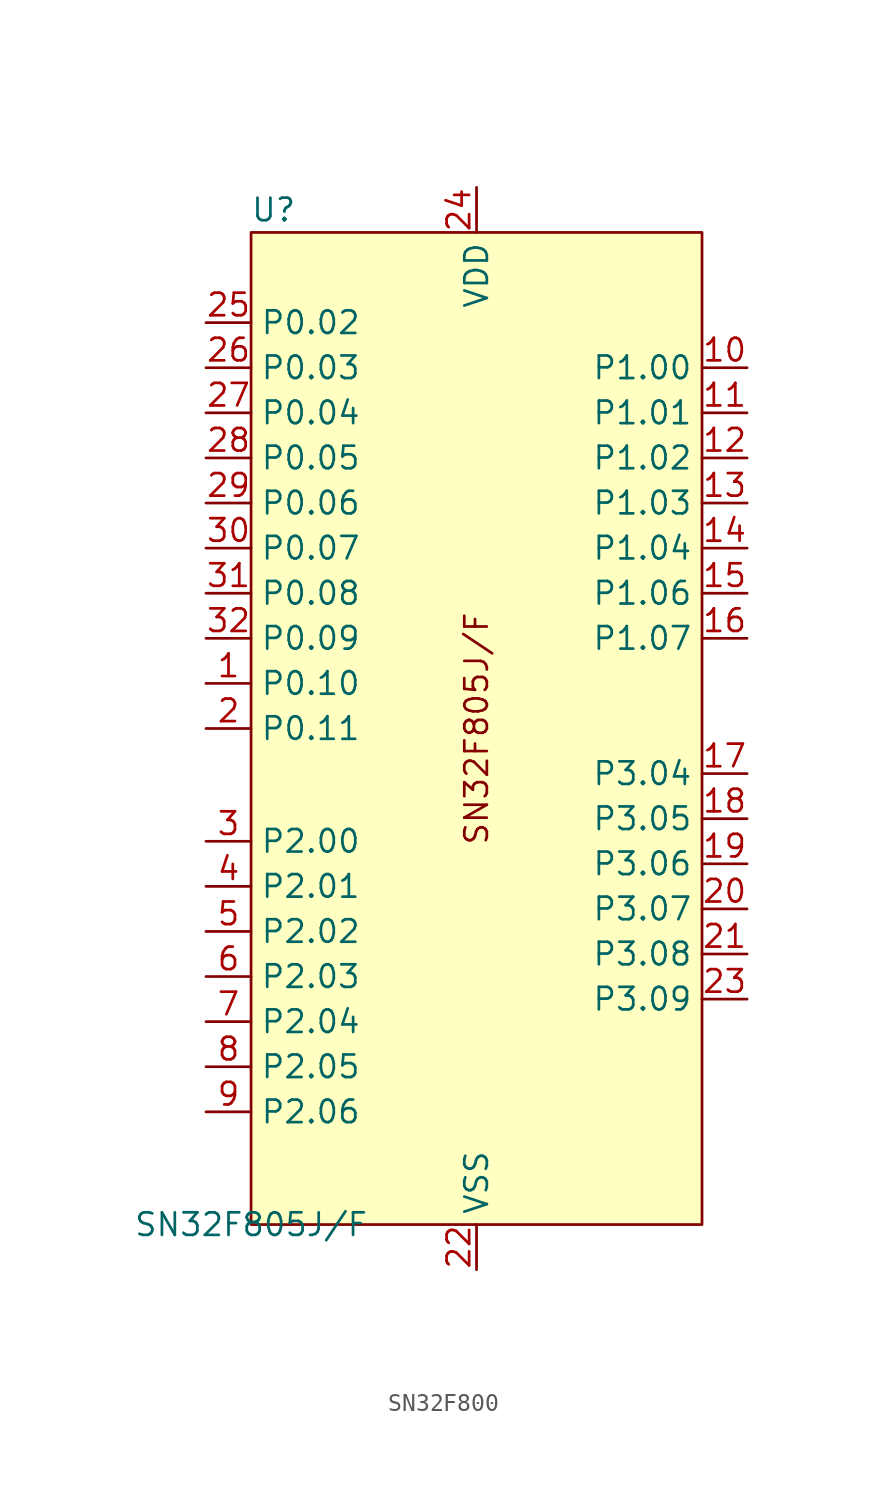
<source format=kicad_sym>
(kicad_symbol_lib
  (version 20220914)
  (generator kicad_symbol_editor)
  (symbol "SN32F800"
    (property "Reference" "U"
      (at 1.27 57.15 0)
      (effects (font (size 1.27 1.27))))
    (property "Value" "SN32F805J/F"
      (at 0 0 0)
      (effects (font (size 1.27 1.27))))
    (symbol "SN32F800_1_1"
      (rectangle (start 0 55.88) (end 25.4 0) (stroke (width 0) (type default)) (fill (type background)))
      (text "SN32F805J/F" (at 12.7 27.94 900) (effects (font (size 1.27 1.27))))
      (pin bidirectional line (at -2.54 30.48 0) (length 2.54) (name "P0.10" (effects (font (size 1.27 1.27)))) (number "1" (effects (font (size 1.27 1.27)))))
      (pin bidirectional line (at 27.94 48.26 180) (length 2.54) (name "P1.00" (effects (font (size 1.27 1.27)))) (number "10" (effects (font (size 1.27 1.27)))))
      (pin bidirectional line (at 27.94 45.72 180) (length 2.54) (name "P1.01" (effects (font (size 1.27 1.27)))) (number "11" (effects (font (size 1.27 1.27)))))
      (pin bidirectional line (at 27.94 43.18 180) (length 2.54) (name "P1.02" (effects (font (size 1.27 1.27)))) (number "12" (effects (font (size 1.27 1.27)))))
      (pin bidirectional line (at 27.94 40.64 180) (length 2.54) (name "P1.03" (effects (font (size 1.27 1.27)))) (number "13" (effects (font (size 1.27 1.27)))))
      (pin bidirectional line (at 27.94 38.1 180) (length 2.54) (name "P1.04" (effects (font (size 1.27 1.27)))) (number "14" (effects (font (size 1.27 1.27)))))
      (pin bidirectional line (at 27.94 35.56 180) (length 2.54) (name "P1.06" (effects (font (size 1.27 1.27)))) (number "15" (effects (font (size 1.27 1.27)))))
      (pin bidirectional line (at 27.94 33.02 180) (length 2.54) (name "P1.07" (effects (font (size 1.27 1.27)))) (number "16" (effects (font (size 1.27 1.27)))))
      (pin bidirectional line (at 27.94 25.4 180) (length 2.54) (name "P3.04" (effects (font (size 1.27 1.27)))) (number "17" (effects (font (size 1.27 1.27)))))
      (pin bidirectional line (at 27.94 22.86 180) (length 2.54) (name "P3.05" (effects (font (size 1.27 1.27)))) (number "18" (effects (font (size 1.27 1.27)))))
      (pin bidirectional line (at 27.94 20.32 180) (length 2.54) (name "P3.06" (effects (font (size 1.27 1.27)))) (number "19" (effects (font (size 1.27 1.27)))))
      (pin bidirectional line (at -2.54 27.94 0) (length 2.54) (name "P0.11" (effects (font (size 1.27 1.27)))) (number "2" (effects (font (size 1.27 1.27)))))
      (pin bidirectional line (at 27.94 17.78 180) (length 2.54) (name "P3.07" (effects (font (size 1.27 1.27)))) (number "20" (effects (font (size 1.27 1.27)))))
      (pin bidirectional line (at 27.94 15.24 180) (length 2.54) (name "P3.08" (effects (font (size 1.27 1.27)))) (number "21" (effects (font (size 1.27 1.27)))))
      (pin power_in line (at 12.7 -2.54 90) (length 2.54) (name "VSS" (effects (font (size 1.27 1.27)))) (number "22" (effects (font (size 1.27 1.27)))))
      (pin bidirectional line (at 27.94 12.7 180) (length 2.54) (name "P3.09" (effects (font (size 1.27 1.27)))) (number "23" (effects (font (size 1.27 1.27)))))
      (pin power_in line (at 12.7 58.42 270) (length 2.54) (name "VDD" (effects (font (size 1.27 1.27)))) (number "24" (effects (font (size 1.27 1.27)))))
      (pin bidirectional line (at -2.54 50.8 0) (length 2.54) (name "P0.02" (effects (font (size 1.27 1.27)))) (number "25" (effects (font (size 1.27 1.27)))))
      (pin bidirectional line (at -2.54 48.26 0) (length 2.54) (name "P0.03" (effects (font (size 1.27 1.27)))) (number "26" (effects (font (size 1.27 1.27)))))
      (pin bidirectional line (at -2.54 45.72 0) (length 2.54) (name "P0.04" (effects (font (size 1.27 1.27)))) (number "27" (effects (font (size 1.27 1.27)))))
      (pin bidirectional line (at -2.54 43.18 0) (length 2.54) (name "P0.05" (effects (font (size 1.27 1.27)))) (number "28" (effects (font (size 1.27 1.27)))))
      (pin bidirectional line (at -2.54 40.64 0) (length 2.54) (name "P0.06" (effects (font (size 1.27 1.27)))) (number "29" (effects (font (size 1.27 1.27)))))
      (pin bidirectional line (at -2.54 21.59 0) (length 2.54) (name "P2.00" (effects (font (size 1.27 1.27)))) (number "3" (effects (font (size 1.27 1.27)))))
      (pin bidirectional line (at -2.54 38.1 0) (length 2.54) (name "P0.07" (effects (font (size 1.27 1.27)))) (number "30" (effects (font (size 1.27 1.27)))))
      (pin bidirectional line (at -2.54 35.56 0) (length 2.54) (name "P0.08" (effects (font (size 1.27 1.27)))) (number "31" (effects (font (size 1.27 1.27)))))
      (pin bidirectional line (at -2.54 33.02 0) (length 2.54) (name "P0.09" (effects (font (size 1.27 1.27)))) (number "32" (effects (font (size 1.27 1.27)))))
      (pin bidirectional line (at -2.54 19.05 0) (length 2.54) (name "P2.01" (effects (font (size 1.27 1.27)))) (number "4" (effects (font (size 1.27 1.27)))))
      (pin bidirectional line (at -2.54 16.51 0) (length 2.54) (name "P2.02" (effects (font (size 1.27 1.27)))) (number "5" (effects (font (size 1.27 1.27)))))
      (pin bidirectional line (at -2.54 13.97 0) (length 2.54) (name "P2.03" (effects (font (size 1.27 1.27)))) (number "6" (effects (font (size 1.27 1.27)))))
      (pin bidirectional line (at -2.54 11.43 0) (length 2.54) (name "P2.04" (effects (font (size 1.27 1.27)))) (number "7" (effects (font (size 1.27 1.27)))))
      (pin bidirectional line (at -2.54 8.89 0) (length 2.54) (name "P2.05" (effects (font (size 1.27 1.27)))) (number "8" (effects (font (size 1.27 1.27)))))
      (pin bidirectional line (at -2.54 6.35 0) (length 2.54) (name "P2.06" (effects (font (size 1.27 1.27)))) (number "9" (effects (font (size 1.27 1.27))))))))
</source>
